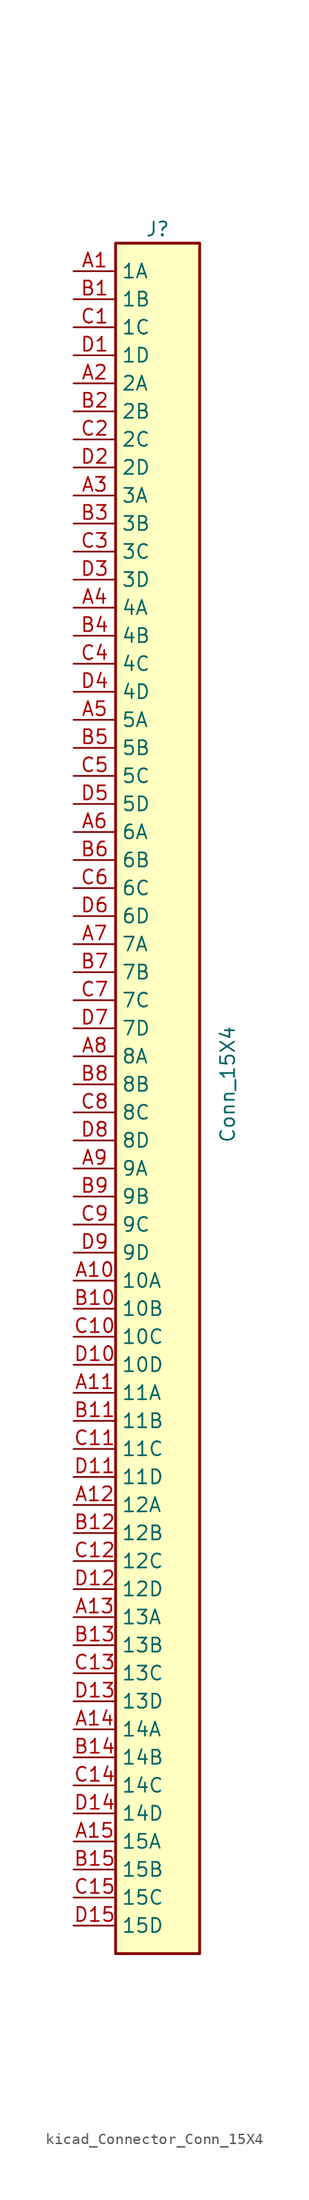
<source format=kicad_sym>
(kicad_symbol_lib
  (version 20220914)
  (generator kicad_symbol_editor)
  (symbol "kicad_Connector_Conn_15X4"
    (property "Reference" "J"
      (at 0 80.01 0)
      (effects (font (size 1.27 1.27))))
    (property "Value" "Conn_15X4"
      (at 6.35 2.54 90)
      (effects (font (size 1.27 1.27))))
    (symbol "kicad_Connector_Conn_15X4_0_1"
      (rectangle (start 3.81 -76.2) (end -3.81 78.74) (stroke (width 0.254) (type default)) (fill (type background))))
    (symbol "kicad_Connector_Conn_15X4_1_1"
      (pin passive line (at -7.62 76.2 0) (length 3.81) (name "1A" (effects (font (size 1.27 1.27)))) (number "A1" (effects (font (size 1.27 1.27)))))
      (pin passive line (at -7.62 -15.24 0) (length 3.81) (name "10A" (effects (font (size 1.27 1.27)))) (number "A10" (effects (font (size 1.27 1.27)))))
      (pin passive line (at -7.62 -25.4 0) (length 3.81) (name "11A" (effects (font (size 1.27 1.27)))) (number "A11" (effects (font (size 1.27 1.27)))))
      (pin passive line (at -7.62 -35.56 0) (length 3.81) (name "12A" (effects (font (size 1.27 1.27)))) (number "A12" (effects (font (size 1.27 1.27)))))
      (pin passive line (at -7.62 -45.72 0) (length 3.81) (name "13A" (effects (font (size 1.27 1.27)))) (number "A13" (effects (font (size 1.27 1.27)))))
      (pin passive line (at -7.62 -55.88 0) (length 3.81) (name "14A" (effects (font (size 1.27 1.27)))) (number "A14" (effects (font (size 1.27 1.27)))))
      (pin passive line (at -7.62 -66.04 0) (length 3.81) (name "15A" (effects (font (size 1.27 1.27)))) (number "A15" (effects (font (size 1.27 1.27)))))
      (pin passive line (at -7.62 66.04 0) (length 3.81) (name "2A" (effects (font (size 1.27 1.27)))) (number "A2" (effects (font (size 1.27 1.27)))))
      (pin passive line (at -7.62 55.88 0) (length 3.81) (name "3A" (effects (font (size 1.27 1.27)))) (number "A3" (effects (font (size 1.27 1.27)))))
      (pin passive line (at -7.62 45.72 0) (length 3.81) (name "4A" (effects (font (size 1.27 1.27)))) (number "A4" (effects (font (size 1.27 1.27)))))
      (pin passive line (at -7.62 35.56 0) (length 3.81) (name "5A" (effects (font (size 1.27 1.27)))) (number "A5" (effects (font (size 1.27 1.27)))))
      (pin passive line (at -7.62 25.4 0) (length 3.81) (name "6A" (effects (font (size 1.27 1.27)))) (number "A6" (effects (font (size 1.27 1.27)))))
      (pin passive line (at -7.62 15.24 0) (length 3.81) (name "7A" (effects (font (size 1.27 1.27)))) (number "A7" (effects (font (size 1.27 1.27)))))
      (pin passive line (at -7.62 5.08 0) (length 3.81) (name "8A" (effects (font (size 1.27 1.27)))) (number "A8" (effects (font (size 1.27 1.27)))))
      (pin passive line (at -7.62 -5.08 0) (length 3.81) (name "9A" (effects (font (size 1.27 1.27)))) (number "A9" (effects (font (size 1.27 1.27)))))
      (pin passive line (at -7.62 73.66 0) (length 3.81) (name "1B" (effects (font (size 1.27 1.27)))) (number "B1" (effects (font (size 1.27 1.27)))))
      (pin passive line (at -7.62 -17.78 0) (length 3.81) (name "10B" (effects (font (size 1.27 1.27)))) (number "B10" (effects (font (size 1.27 1.27)))))
      (pin passive line (at -7.62 -27.94 0) (length 3.81) (name "11B" (effects (font (size 1.27 1.27)))) (number "B11" (effects (font (size 1.27 1.27)))))
      (pin passive line (at -7.62 -38.1 0) (length 3.81) (name "12B" (effects (font (size 1.27 1.27)))) (number "B12" (effects (font (size 1.27 1.27)))))
      (pin passive line (at -7.62 -48.26 0) (length 3.81) (name "13B" (effects (font (size 1.27 1.27)))) (number "B13" (effects (font (size 1.27 1.27)))))
      (pin passive line (at -7.62 -58.42 0) (length 3.81) (name "14B" (effects (font (size 1.27 1.27)))) (number "B14" (effects (font (size 1.27 1.27)))))
      (pin passive line (at -7.62 -68.58 0) (length 3.81) (name "15B" (effects (font (size 1.27 1.27)))) (number "B15" (effects (font (size 1.27 1.27)))))
      (pin passive line (at -7.62 63.5 0) (length 3.81) (name "2B" (effects (font (size 1.27 1.27)))) (number "B2" (effects (font (size 1.27 1.27)))))
      (pin passive line (at -7.62 53.34 0) (length 3.81) (name "3B" (effects (font (size 1.27 1.27)))) (number "B3" (effects (font (size 1.27 1.27)))))
      (pin passive line (at -7.62 43.18 0) (length 3.81) (name "4B" (effects (font (size 1.27 1.27)))) (number "B4" (effects (font (size 1.27 1.27)))))
      (pin passive line (at -7.62 33.02 0) (length 3.81) (name "5B" (effects (font (size 1.27 1.27)))) (number "B5" (effects (font (size 1.27 1.27)))))
      (pin passive line (at -7.62 22.86 0) (length 3.81) (name "6B" (effects (font (size 1.27 1.27)))) (number "B6" (effects (font (size 1.27 1.27)))))
      (pin passive line (at -7.62 12.7 0) (length 3.81) (name "7B" (effects (font (size 1.27 1.27)))) (number "B7" (effects (font (size 1.27 1.27)))))
      (pin passive line (at -7.62 2.54 0) (length 3.81) (name "8B" (effects (font (size 1.27 1.27)))) (number "B8" (effects (font (size 1.27 1.27)))))
      (pin passive line (at -7.62 -7.62 0) (length 3.81) (name "9B" (effects (font (size 1.27 1.27)))) (number "B9" (effects (font (size 1.27 1.27)))))
      (pin passive line (at -7.62 71.12 0) (length 3.81) (name "1C" (effects (font (size 1.27 1.27)))) (number "C1" (effects (font (size 1.27 1.27)))))
      (pin passive line (at -7.62 -20.32 0) (length 3.81) (name "10C" (effects (font (size 1.27 1.27)))) (number "C10" (effects (font (size 1.27 1.27)))))
      (pin passive line (at -7.62 -30.48 0) (length 3.81) (name "11C" (effects (font (size 1.27 1.27)))) (number "C11" (effects (font (size 1.27 1.27)))))
      (pin passive line (at -7.62 -40.64 0) (length 3.81) (name "12C" (effects (font (size 1.27 1.27)))) (number "C12" (effects (font (size 1.27 1.27)))))
      (pin passive line (at -7.62 -50.8 0) (length 3.81) (name "13C" (effects (font (size 1.27 1.27)))) (number "C13" (effects (font (size 1.27 1.27)))))
      (pin passive line (at -7.62 -60.96 0) (length 3.81) (name "14C" (effects (font (size 1.27 1.27)))) (number "C14" (effects (font (size 1.27 1.27)))))
      (pin passive line (at -7.62 -71.12 0) (length 3.81) (name "15C" (effects (font (size 1.27 1.27)))) (number "C15" (effects (font (size 1.27 1.27)))))
      (pin passive line (at -7.62 60.96 0) (length 3.81) (name "2C" (effects (font (size 1.27 1.27)))) (number "C2" (effects (font (size 1.27 1.27)))))
      (pin passive line (at -7.62 50.8 0) (length 3.81) (name "3C" (effects (font (size 1.27 1.27)))) (number "C3" (effects (font (size 1.27 1.27)))))
      (pin passive line (at -7.62 40.64 0) (length 3.81) (name "4C" (effects (font (size 1.27 1.27)))) (number "C4" (effects (font (size 1.27 1.27)))))
      (pin passive line (at -7.62 30.48 0) (length 3.81) (name "5C" (effects (font (size 1.27 1.27)))) (number "C5" (effects (font (size 1.27 1.27)))))
      (pin passive line (at -7.62 20.32 0) (length 3.81) (name "6C" (effects (font (size 1.27 1.27)))) (number "C6" (effects (font (size 1.27 1.27)))))
      (pin passive line (at -7.62 10.16 0) (length 3.81) (name "7C" (effects (font (size 1.27 1.27)))) (number "C7" (effects (font (size 1.27 1.27)))))
      (pin passive line (at -7.62 0 0) (length 3.81) (name "8C" (effects (font (size 1.27 1.27)))) (number "C8" (effects (font (size 1.27 1.27)))))
      (pin passive line (at -7.62 -10.16 0) (length 3.81) (name "9C" (effects (font (size 1.27 1.27)))) (number "C9" (effects (font (size 1.27 1.27)))))
      (pin passive line (at -7.62 68.58 0) (length 3.81) (name "1D" (effects (font (size 1.27 1.27)))) (number "D1" (effects (font (size 1.27 1.27)))))
      (pin passive line (at -7.62 -22.86 0) (length 3.81) (name "10D" (effects (font (size 1.27 1.27)))) (number "D10" (effects (font (size 1.27 1.27)))))
      (pin passive line (at -7.62 -33.02 0) (length 3.81) (name "11D" (effects (font (size 1.27 1.27)))) (number "D11" (effects (font (size 1.27 1.27)))))
      (pin passive line (at -7.62 -43.18 0) (length 3.81) (name "12D" (effects (font (size 1.27 1.27)))) (number "D12" (effects (font (size 1.27 1.27)))))
      (pin passive line (at -7.62 -53.34 0) (length 3.81) (name "13D" (effects (font (size 1.27 1.27)))) (number "D13" (effects (font (size 1.27 1.27)))))
      (pin passive line (at -7.62 -63.5 0) (length 3.81) (name "14D" (effects (font (size 1.27 1.27)))) (number "D14" (effects (font (size 1.27 1.27)))))
      (pin passive line (at -7.62 -73.66 0) (length 3.81) (name "15D" (effects (font (size 1.27 1.27)))) (number "D15" (effects (font (size 1.27 1.27)))))
      (pin passive line (at -7.62 58.42 0) (length 3.81) (name "2D" (effects (font (size 1.27 1.27)))) (number "D2" (effects (font (size 1.27 1.27)))))
      (pin passive line (at -7.62 48.26 0) (length 3.81) (name "3D" (effects (font (size 1.27 1.27)))) (number "D3" (effects (font (size 1.27 1.27)))))
      (pin passive line (at -7.62 38.1 0) (length 3.81) (name "4D" (effects (font (size 1.27 1.27)))) (number "D4" (effects (font (size 1.27 1.27)))))
      (pin passive line (at -7.62 27.94 0) (length 3.81) (name "5D" (effects (font (size 1.27 1.27)))) (number "D5" (effects (font (size 1.27 1.27)))))
      (pin passive line (at -7.62 17.78 0) (length 3.81) (name "6D" (effects (font (size 1.27 1.27)))) (number "D6" (effects (font (size 1.27 1.27)))))
      (pin passive line (at -7.62 7.62 0) (length 3.81) (name "7D" (effects (font (size 1.27 1.27)))) (number "D7" (effects (font (size 1.27 1.27)))))
      (pin passive line (at -7.62 -2.54 0) (length 3.81) (name "8D" (effects (font (size 1.27 1.27)))) (number "D8" (effects (font (size 1.27 1.27)))))
      (pin passive line (at -7.62 -12.7 0) (length 3.81) (name "9D" (effects (font (size 1.27 1.27)))) (number "D9" (effects (font (size 1.27 1.27))))))))
</source>
